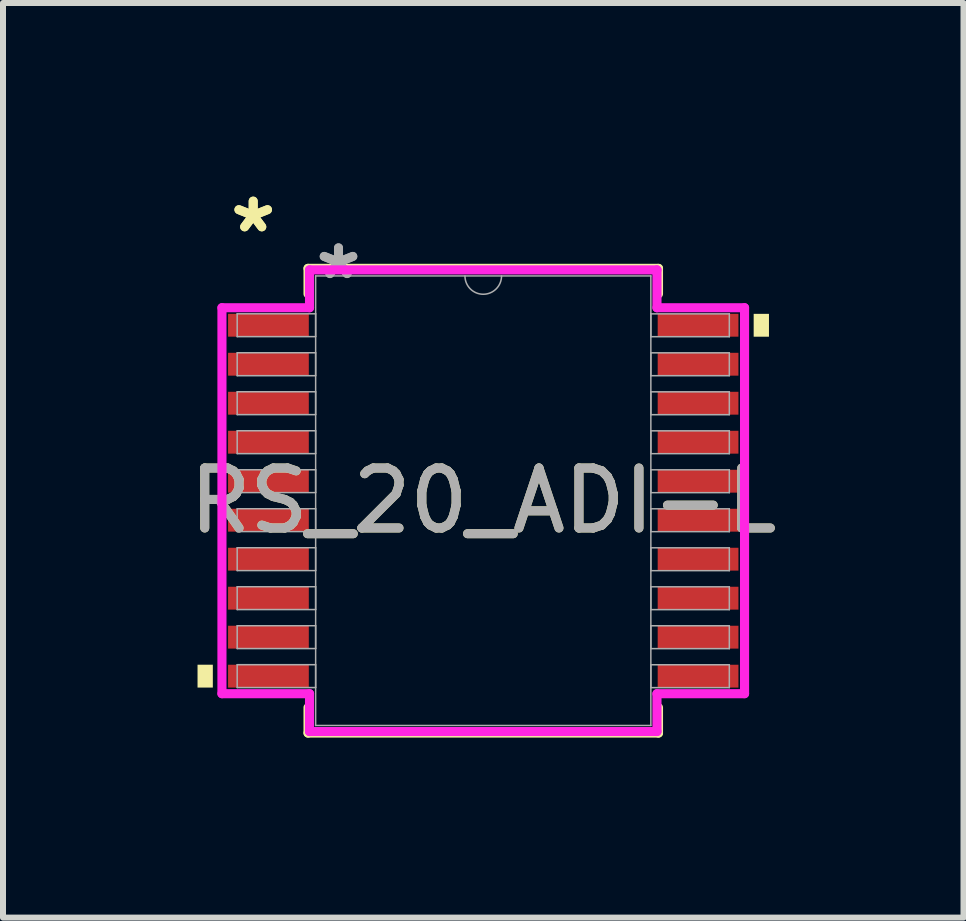
<source format=kicad_pcb>
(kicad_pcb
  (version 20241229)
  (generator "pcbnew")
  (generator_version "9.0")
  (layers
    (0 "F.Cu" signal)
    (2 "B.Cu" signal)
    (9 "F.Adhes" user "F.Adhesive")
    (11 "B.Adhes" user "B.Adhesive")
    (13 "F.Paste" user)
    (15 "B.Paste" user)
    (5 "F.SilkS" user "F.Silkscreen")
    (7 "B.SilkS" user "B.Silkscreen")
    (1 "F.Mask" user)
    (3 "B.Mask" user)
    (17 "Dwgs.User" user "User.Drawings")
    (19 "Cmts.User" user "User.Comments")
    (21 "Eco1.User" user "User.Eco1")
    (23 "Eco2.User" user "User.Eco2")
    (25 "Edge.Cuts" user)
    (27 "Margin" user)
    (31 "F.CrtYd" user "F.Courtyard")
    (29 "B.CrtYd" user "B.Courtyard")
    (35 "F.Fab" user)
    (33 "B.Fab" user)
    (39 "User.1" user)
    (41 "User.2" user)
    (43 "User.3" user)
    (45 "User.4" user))
  (footprint "RS_20_ADI-L"
    (layer "F.Cu")
    (at 5.006 5.297)
    (property "Reference" "RS_20_ADI-L" (at 0 0 0) (unlocked yes) (layer "F.SilkS") (effects (font (size 1 1) (thickness 0.15))))
    (attr smd)
    (fp_line (start -2.921 -3.873) (end -2.921 -3.448) (stroke (width 0.152) (type solid)) (layer "F.SilkS"))
    (fp_line (start -2.921 3.448) (end -2.921 3.873) (stroke (width 0.152) (type solid)) (layer "F.SilkS"))
    (fp_line (start -2.921 3.873) (end 2.921 3.873) (stroke (width 0.152) (type solid)) (layer "F.SilkS"))
    (fp_line (start 2.921 -3.873) (end -2.921 -3.873) (stroke (width 0.152) (type solid)) (layer "F.SilkS"))
    (fp_line (start 2.921 -3.448) (end 2.921 -3.873) (stroke (width 0.152) (type solid)) (layer "F.SilkS"))
    (fp_line (start 2.921 3.873) (end 2.921 3.448) (stroke (width 0.152) (type solid)) (layer "F.SilkS"))
    (fp_poly (pts (xy -4.763 2.734) (xy -4.763 3.115) (xy -4.508 3.115) (xy -4.508 2.734)) (stroke (width 0) (type solid)) (fill yes) (layer "F.SilkS"))
    (fp_poly (pts (xy 4.763 -3.115) (xy 4.763 -2.734) (xy 4.508 -2.734) (xy 4.508 -3.115)) (stroke (width 0) (type solid)) (fill yes) (layer "F.SilkS"))
    (fp_line (start -4.356 -3.217) (end -2.896 -3.217) (stroke (width 0.152) (type solid)) (layer "F.CrtYd"))
    (fp_line (start -4.356 3.217) (end -4.356 -3.217) (stroke (width 0.152) (type solid)) (layer "F.CrtYd"))
    (fp_line (start -4.356 3.217) (end -2.896 3.217) (stroke (width 0.152) (type solid)) (layer "F.CrtYd"))
    (fp_line (start -2.896 -3.848) (end 2.896 -3.848) (stroke (width 0.152) (type solid)) (layer "F.CrtYd"))
    (fp_line (start -2.896 -3.217) (end -2.896 -3.848) (stroke (width 0.152) (type solid)) (layer "F.CrtYd"))
    (fp_line (start -2.896 3.848) (end -2.896 3.217) (stroke (width 0.152) (type solid)) (layer "F.CrtYd"))
    (fp_line (start 2.896 -3.848) (end 2.896 -3.217) (stroke (width 0.152) (type solid)) (layer "F.CrtYd"))
    (fp_line (start 2.896 3.217) (end 2.896 3.848) (stroke (width 0.152) (type solid)) (layer "F.CrtYd"))
    (fp_line (start 2.896 3.848) (end -2.896 3.848) (stroke (width 0.152) (type solid)) (layer "F.CrtYd"))
    (fp_line (start 4.356 -3.217) (end 2.896 -3.217) (stroke (width 0.152) (type solid)) (layer "F.CrtYd"))
    (fp_line (start 4.356 -3.217) (end 4.356 3.217) (stroke (width 0.152) (type solid)) (layer "F.CrtYd"))
    (fp_line (start 4.356 3.217) (end 2.896 3.217) (stroke (width 0.152) (type solid)) (layer "F.CrtYd"))
    (fp_line (start -4.102 -3.116) (end -4.102 -2.735) (stroke (width 0.025) (type solid)) (layer "F.Fab"))
    (fp_line (start -4.102 -2.735) (end -2.794 -2.735) (stroke (width 0.025) (type solid)) (layer "F.Fab"))
    (fp_line (start -4.102 -2.466) (end -4.102 -2.084) (stroke (width 0.025) (type solid)) (layer "F.Fab"))
    (fp_line (start -4.102 -2.084) (end -2.794 -2.084) (stroke (width 0.025) (type solid)) (layer "F.Fab"))
    (fp_line (start -4.102 -1.816) (end -4.102 -1.435) (stroke (width 0.025) (type solid)) (layer "F.Fab"))
    (fp_line (start -4.102 -1.435) (end -2.794 -1.435) (stroke (width 0.025) (type solid)) (layer "F.Fab"))
    (fp_line (start -4.102 -1.166) (end -4.102 -0.785) (stroke (width 0.025) (type solid)) (layer "F.Fab"))
    (fp_line (start -4.102 -0.785) (end -2.794 -0.785) (stroke (width 0.025) (type solid)) (layer "F.Fab"))
    (fp_line (start -4.102 -0.516) (end -4.102 -0.135) (stroke (width 0.025) (type solid)) (layer "F.Fab"))
    (fp_line (start -4.102 -0.135) (end -2.794 -0.135) (stroke (width 0.025) (type solid)) (layer "F.Fab"))
    (fp_line (start -4.102 0.134) (end -4.102 0.515) (stroke (width 0.025) (type solid)) (layer "F.Fab"))
    (fp_line (start -4.102 0.515) (end -2.794 0.515) (stroke (width 0.025) (type solid)) (layer "F.Fab"))
    (fp_line (start -4.102 0.784) (end -4.102 1.165) (stroke (width 0.025) (type solid)) (layer "F.Fab"))
    (fp_line (start -4.102 1.165) (end -2.794 1.165) (stroke (width 0.025) (type solid)) (layer "F.Fab"))
    (fp_line (start -4.102 1.434) (end -4.102 1.815) (stroke (width 0.025) (type solid)) (layer "F.Fab"))
    (fp_line (start -4.102 1.815) (end -2.794 1.815) (stroke (width 0.025) (type solid)) (layer "F.Fab"))
    (fp_line (start -4.102 2.084) (end -4.102 2.465) (stroke (width 0.025) (type solid)) (layer "F.Fab"))
    (fp_line (start -4.102 2.465) (end -2.794 2.465) (stroke (width 0.025) (type solid)) (layer "F.Fab"))
    (fp_line (start -4.102 2.734) (end -4.102 3.115) (stroke (width 0.025) (type solid)) (layer "F.Fab"))
    (fp_line (start -4.102 3.115) (end -2.794 3.115) (stroke (width 0.025) (type solid)) (layer "F.Fab"))
    (fp_line (start -2.794 -3.747) (end -2.794 3.747) (stroke (width 0.025) (type solid)) (layer "F.Fab"))
    (fp_line (start -2.794 -3.116) (end -4.102 -3.116) (stroke (width 0.025) (type solid)) (layer "F.Fab"))
    (fp_line (start -2.794 -2.735) (end -2.794 -3.116) (stroke (width 0.025) (type solid)) (layer "F.Fab"))
    (fp_line (start -2.794 -2.466) (end -4.102 -2.466) (stroke (width 0.025) (type solid)) (layer "F.Fab"))
    (fp_line (start -2.794 -2.084) (end -2.794 -2.466) (stroke (width 0.025) (type solid)) (layer "F.Fab"))
    (fp_line (start -2.794 -1.816) (end -4.102 -1.816) (stroke (width 0.025) (type solid)) (layer "F.Fab"))
    (fp_line (start -2.794 -1.435) (end -2.794 -1.816) (stroke (width 0.025) (type solid)) (layer "F.Fab"))
    (fp_line (start -2.794 -1.166) (end -4.102 -1.166) (stroke (width 0.025) (type solid)) (layer "F.Fab"))
    (fp_line (start -2.794 -0.785) (end -2.794 -1.166) (stroke (width 0.025) (type solid)) (layer "F.Fab"))
    (fp_line (start -2.794 -0.516) (end -4.102 -0.516) (stroke (width 0.025) (type solid)) (layer "F.Fab"))
    (fp_line (start -2.794 -0.135) (end -2.794 -0.516) (stroke (width 0.025) (type solid)) (layer "F.Fab"))
    (fp_line (start -2.794 0.134) (end -4.102 0.134) (stroke (width 0.025) (type solid)) (layer "F.Fab"))
    (fp_line (start -2.794 0.515) (end -2.794 0.134) (stroke (width 0.025) (type solid)) (layer "F.Fab"))
    (fp_line (start -2.794 0.784) (end -4.102 0.784) (stroke (width 0.025) (type solid)) (layer "F.Fab"))
    (fp_line (start -2.794 1.165) (end -2.794 0.784) (stroke (width 0.025) (type solid)) (layer "F.Fab"))
    (fp_line (start -2.794 1.434) (end -4.102 1.434) (stroke (width 0.025) (type solid)) (layer "F.Fab"))
    (fp_line (start -2.794 1.815) (end -2.794 1.434) (stroke (width 0.025) (type solid)) (layer "F.Fab"))
    (fp_line (start -2.794 2.084) (end -4.102 2.084) (stroke (width 0.025) (type solid)) (layer "F.Fab"))
    (fp_line (start -2.794 2.465) (end -2.794 2.084) (stroke (width 0.025) (type solid)) (layer "F.Fab"))
    (fp_line (start -2.794 2.734) (end -4.102 2.734) (stroke (width 0.025) (type solid)) (layer "F.Fab"))
    (fp_line (start -2.794 3.115) (end -2.794 2.734) (stroke (width 0.025) (type solid)) (layer "F.Fab"))
    (fp_line (start -2.794 3.747) (end 2.794 3.747) (stroke (width 0.025) (type solid)) (layer "F.Fab"))
    (fp_line (start 2.794 -3.747) (end -2.794 -3.747) (stroke (width 0.025) (type solid)) (layer "F.Fab"))
    (fp_line (start 2.794 -3.115) (end 2.794 -2.734) (stroke (width 0.025) (type solid)) (layer "F.Fab"))
    (fp_line (start 2.794 -2.734) (end 4.102 -2.734) (stroke (width 0.025) (type solid)) (layer "F.Fab"))
    (fp_line (start 2.794 -2.465) (end 2.794 -2.084) (stroke (width 0.025) (type solid)) (layer "F.Fab"))
    (fp_line (start 2.794 -2.084) (end 4.102 -2.084) (stroke (width 0.025) (type solid)) (layer "F.Fab"))
    (fp_line (start 2.794 -1.815) (end 2.794 -1.434) (stroke (width 0.025) (type solid)) (layer "F.Fab"))
    (fp_line (start 2.794 -1.434) (end 4.102 -1.434) (stroke (width 0.025) (type solid)) (layer "F.Fab"))
    (fp_line (start 2.794 -1.165) (end 2.794 -0.784) (stroke (width 0.025) (type solid)) (layer "F.Fab"))
    (fp_line (start 2.794 -0.784) (end 4.102 -0.784) (stroke (width 0.025) (type solid)) (layer "F.Fab"))
    (fp_line (start 2.794 -0.515) (end 2.794 -0.134) (stroke (width 0.025) (type solid)) (layer "F.Fab"))
    (fp_line (start 2.794 -0.134) (end 4.102 -0.134) (stroke (width 0.025) (type solid)) (layer "F.Fab"))
    (fp_line (start 2.794 0.135) (end 2.794 0.516) (stroke (width 0.025) (type solid)) (layer "F.Fab"))
    (fp_line (start 2.794 0.516) (end 4.102 0.516) (stroke (width 0.025) (type solid)) (layer "F.Fab"))
    (fp_line (start 2.794 0.785) (end 2.794 1.166) (stroke (width 0.025) (type solid)) (layer "F.Fab"))
    (fp_line (start 2.794 1.166) (end 4.102 1.166) (stroke (width 0.025) (type solid)) (layer "F.Fab"))
    (fp_line (start 2.794 1.435) (end 2.794 1.816) (stroke (width 0.025) (type solid)) (layer "F.Fab"))
    (fp_line (start 2.794 1.816) (end 4.102 1.816) (stroke (width 0.025) (type solid)) (layer "F.Fab"))
    (fp_line (start 2.794 2.085) (end 2.794 2.466) (stroke (width 0.025) (type solid)) (layer "F.Fab"))
    (fp_line (start 2.794 2.466) (end 4.102 2.466) (stroke (width 0.025) (type solid)) (layer "F.Fab"))
    (fp_line (start 2.794 2.735) (end 2.794 3.116) (stroke (width 0.025) (type solid)) (layer "F.Fab"))
    (fp_line (start 2.794 3.116) (end 4.102 3.116) (stroke (width 0.025) (type solid)) (layer "F.Fab"))
    (fp_line (start 2.794 3.747) (end 2.794 -3.747) (stroke (width 0.025) (type solid)) (layer "F.Fab"))
    (fp_line (start 4.102 -3.115) (end 2.794 -3.115) (stroke (width 0.025) (type solid)) (layer "F.Fab"))
    (fp_line (start 4.102 -2.734) (end 4.102 -3.115) (stroke (width 0.025) (type solid)) (layer "F.Fab"))
    (fp_line (start 4.102 -2.465) (end 2.794 -2.465) (stroke (width 0.025) (type solid)) (layer "F.Fab"))
    (fp_line (start 4.102 -2.084) (end 4.102 -2.465) (stroke (width 0.025) (type solid)) (layer "F.Fab"))
    (fp_line (start 4.102 -1.815) (end 2.794 -1.815) (stroke (width 0.025) (type solid)) (layer "F.Fab"))
    (fp_line (start 4.102 -1.434) (end 4.102 -1.815) (stroke (width 0.025) (type solid)) (layer "F.Fab"))
    (fp_line (start 4.102 -1.165) (end 2.794 -1.165) (stroke (width 0.025) (type solid)) (layer "F.Fab"))
    (fp_line (start 4.102 -0.784) (end 4.102 -1.165) (stroke (width 0.025) (type solid)) (layer "F.Fab"))
    (fp_line (start 4.102 -0.515) (end 2.794 -0.515) (stroke (width 0.025) (type solid)) (layer "F.Fab"))
    (fp_line (start 4.102 -0.134) (end 4.102 -0.515) (stroke (width 0.025) (type solid)) (layer "F.Fab"))
    (fp_line (start 4.102 0.135) (end 2.794 0.135) (stroke (width 0.025) (type solid)) (layer "F.Fab"))
    (fp_line (start 4.102 0.516) (end 4.102 0.135) (stroke (width 0.025) (type solid)) (layer "F.Fab"))
    (fp_line (start 4.102 0.785) (end 2.794 0.785) (stroke (width 0.025) (type solid)) (layer "F.Fab"))
    (fp_line (start 4.102 1.166) (end 4.102 0.785) (stroke (width 0.025) (type solid)) (layer "F.Fab"))
    (fp_line (start 4.102 1.435) (end 2.794 1.435) (stroke (width 0.025) (type solid)) (layer "F.Fab"))
    (fp_line (start 4.102 1.816) (end 4.102 1.435) (stroke (width 0.025) (type solid)) (layer "F.Fab"))
    (fp_line (start 4.102 2.085) (end 2.794 2.085) (stroke (width 0.025) (type solid)) (layer "F.Fab"))
    (fp_line (start 4.102 2.466) (end 4.102 2.085) (stroke (width 0.025) (type solid)) (layer "F.Fab"))
    (fp_line (start 4.102 2.735) (end 2.794 2.735) (stroke (width 0.025) (type solid)) (layer "F.Fab"))
    (fp_line (start 4.102 3.116) (end 4.102 2.735) (stroke (width 0.025) (type solid)) (layer "F.Fab"))
    (fp_arc (start 0.3048 -3.7465) (mid 0 -3.4417) (end -0.3048 -3.7465) (stroke (width 0.0254) (type solid)) (layer "F.Fab"))
    (fp_text user "*" (at -3.835 -4.449 0) (layer "F.SilkS") (effects (font (size 1 1) (thickness 0.15))))
    (fp_text user "*" (at -3.835 -4.449 0) (unlocked yes) (layer "F.SilkS") (effects (font (size 1 1) (thickness 0.15))))
    (fp_text user "*" (at -2.413 -3.67 0) (unlocked yes) (layer "F.Fab") (effects (font (size 1 1) (thickness 0.15))))
    (fp_text user "*" (at -2.413 -3.67 0) (layer "F.Fab") (effects (font (size 1 1) (thickness 0.15))))
    (fp_text user "${REFERENCE}" (at 0 0 0) (unlocked yes) (layer "F.Fab") (effects (font (size 1 1) (thickness 0.15))))
    (pad "1" smd rect (at -3.581 -2.925) (size 1.346 0.381) (layers "F.Cu" "F.Mask" "F.Paste"))
    (pad "2" smd rect (at -3.581 -2.275) (size 1.346 0.381) (layers "F.Cu" "F.Mask" "F.Paste"))
    (pad "3" smd rect (at -3.581 -1.625) (size 1.346 0.381) (layers "F.Cu" "F.Mask" "F.Paste"))
    (pad "4" smd rect (at -3.581 -0.975) (size 1.346 0.381) (layers "F.Cu" "F.Mask" "F.Paste"))
    (pad "5" smd rect (at -3.581 -0.325) (size 1.346 0.381) (layers "F.Cu" "F.Mask" "F.Paste"))
    (pad "6" smd rect (at -3.581 0.325) (size 1.346 0.381) (layers "F.Cu" "F.Mask" "F.Paste"))
    (pad "7" smd rect (at -3.581 0.975) (size 1.346 0.381) (layers "F.Cu" "F.Mask" "F.Paste"))
    (pad "8" smd rect (at -3.581 1.625) (size 1.346 0.381) (layers "F.Cu" "F.Mask" "F.Paste"))
    (pad "9" smd rect (at -3.581 2.275) (size 1.346 0.381) (layers "F.Cu" "F.Mask" "F.Paste"))
    (pad "10" smd rect (at -3.581 2.925) (size 1.346 0.381) (layers "F.Cu" "F.Mask" "F.Paste"))
    (pad "11" smd rect (at 3.581 2.925) (size 1.346 0.381) (layers "F.Cu" "F.Mask" "F.Paste"))
    (pad "12" smd rect (at 3.581 2.275) (size 1.346 0.381) (layers "F.Cu" "F.Mask" "F.Paste"))
    (pad "13" smd rect (at 3.581 1.625) (size 1.346 0.381) (layers "F.Cu" "F.Mask" "F.Paste"))
    (pad "14" smd rect (at 3.581 0.975) (size 1.346 0.381) (layers "F.Cu" "F.Mask" "F.Paste"))
    (pad "15" smd rect (at 3.581 0.325) (size 1.346 0.381) (layers "F.Cu" "F.Mask" "F.Paste"))
    (pad "16" smd rect (at 3.581 -0.325) (size 1.346 0.381) (layers "F.Cu" "F.Mask" "F.Paste"))
    (pad "17" smd rect (at 3.581 -0.975) (size 1.346 0.381) (layers "F.Cu" "F.Mask" "F.Paste"))
    (pad "18" smd rect (at 3.581 -1.625) (size 1.346 0.381) (layers "F.Cu" "F.Mask" "F.Paste"))
    (pad "19" smd rect (at 3.581 -2.275) (size 1.346 0.381) (layers "F.Cu" "F.Mask" "F.Paste"))
    (pad "20" smd rect (at 3.581 -2.925) (size 1.346 0.381) (layers "F.Cu" "F.Mask" "F.Paste")))
  (gr_rect
    (start -3 -3)
    (end 13.012 12.247)
    (stroke (width 0.1) (type default))
    (fill no)
    (layer "Edge.Cuts")))
</source>
